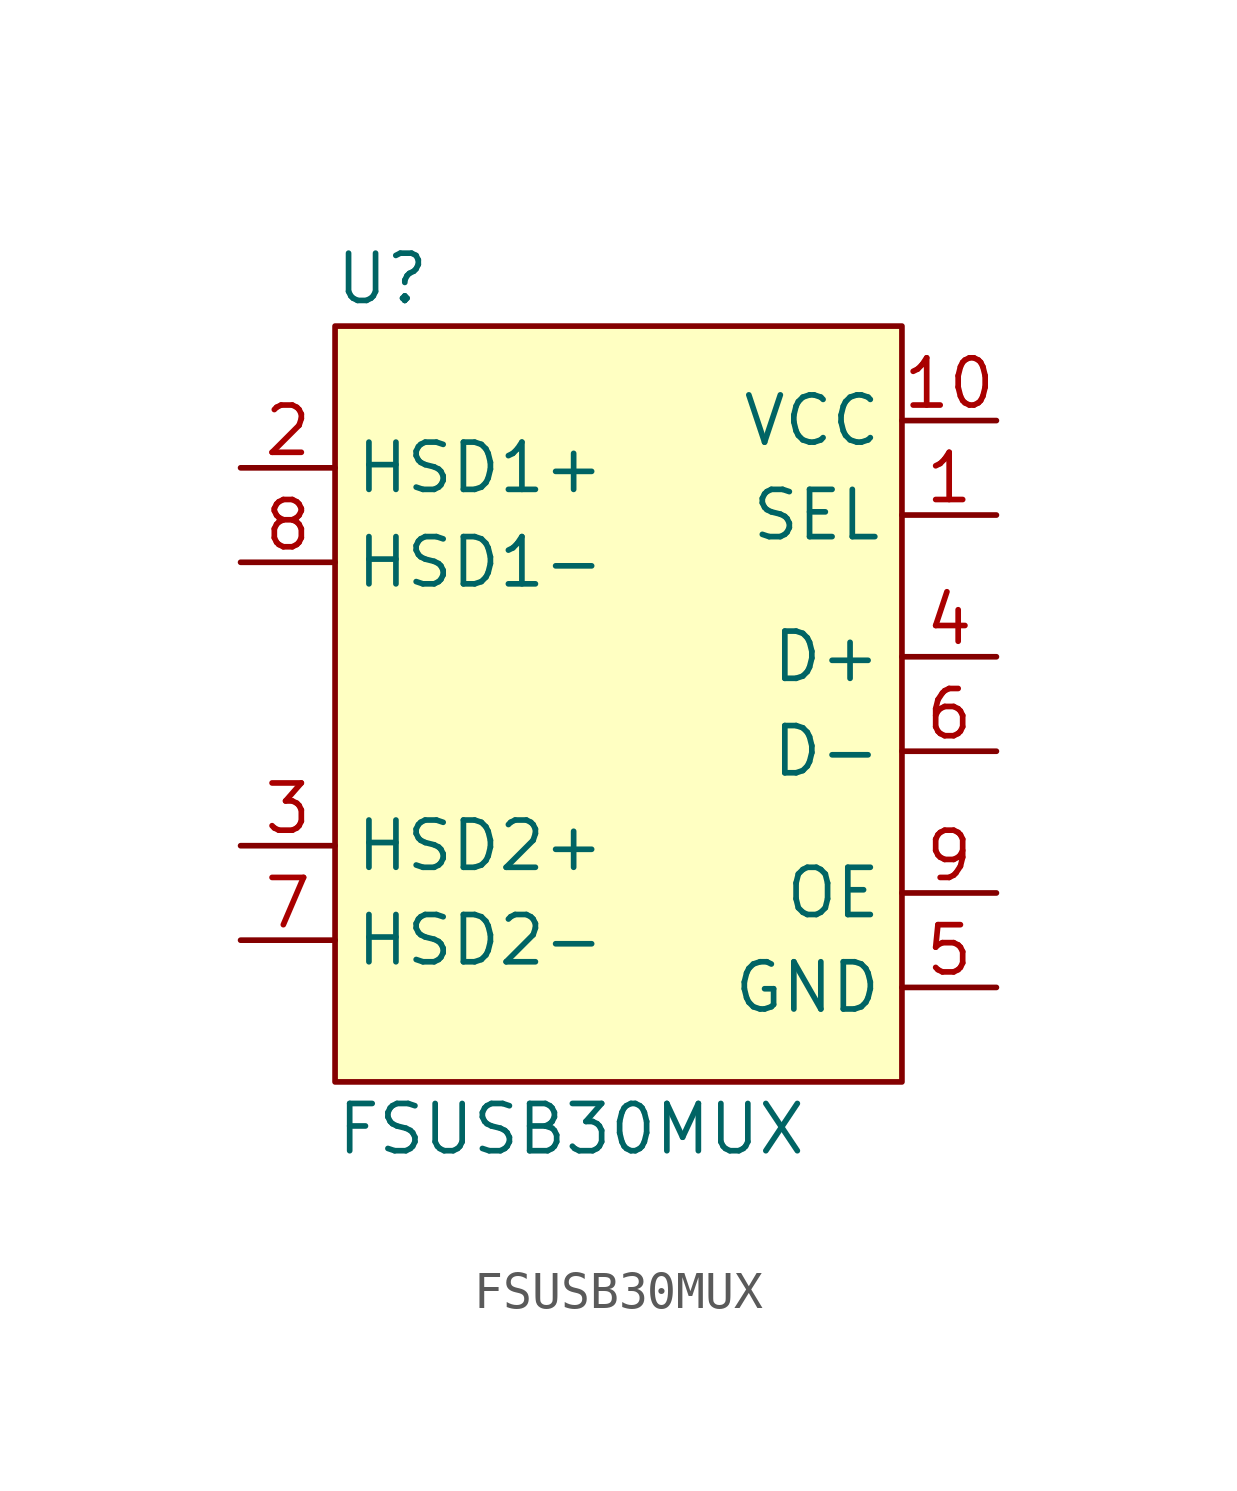
<source format=kicad_sym>
(kicad_symbol_lib
  (version 20211014)
  (generator kicad_symbol_editor)
  (symbol "FSUSB30MUX"
    (property "Reference" "U"
      (at -7.62 20.32 0)
      (effects (font (size 1.27 1.27))))
    (property "Value" "FSUSB30MUX"
      (at -2.54 -2.54 0)
      (effects (font (size 1.27 1.27))))
    (symbol "FSUSB30MUX_0_0"
      (pin power_in line (at 8.89 13.97 180) (length 2.54) (name "SEL" (effects (font (size 1.27 1.27)))) (number "1" (effects (font (size 1.27 1.27)))))
      (pin input line (at 8.89 16.51 180) (length 2.54) (name "VCC" (effects (font (size 1.27 1.27)))) (number "10" (effects (font (size 1.27 1.27)))))
      (pin input line (at -11.43 15.24 0) (length 2.54) (name "HSD1+" (effects (font (size 1.27 1.27)))) (number "2" (effects (font (size 1.27 1.27)))))
      (pin bidirectional line (at -11.43 5.08 0) (length 2.54) (name "HSD2+" (effects (font (size 1.27 1.27)))) (number "3" (effects (font (size 1.27 1.27)))))
      (pin bidirectional line (at 8.89 10.16 180) (length 2.54) (name "D+" (effects (font (size 1.27 1.27)))) (number "4" (effects (font (size 1.27 1.27)))))
      (pin power_in line (at 8.89 1.27 180) (length 2.54) (name "GND" (effects (font (size 1.27 1.27)))) (number "5" (effects (font (size 1.27 1.27)))))
      (pin bidirectional line (at 8.89 7.62 180) (length 2.54) (name "D-" (effects (font (size 1.27 1.27)))) (number "6" (effects (font (size 1.27 1.27)))))
      (pin bidirectional line (at -11.43 2.54 0) (length 2.54) (name "HSD2-" (effects (font (size 1.27 1.27)))) (number "7" (effects (font (size 1.27 1.27)))))
      (pin bidirectional line (at -11.43 12.7 0) (length 2.54) (name "HSD1-" (effects (font (size 1.27 1.27)))) (number "8" (effects (font (size 1.27 1.27)))))
      (pin bidirectional line (at 8.89 3.81 180) (length 2.54) (name "OE" (effects (font (size 1.27 1.27)))) (number "9" (effects (font (size 1.27 1.27))))))
    (symbol "FSUSB30MUX_0_1"
      (rectangle (start -8.89 19.05) (end 6.35 -1.27) (stroke (width 0) (type default) (color 0 0 0 0)) (fill (type background))))))
</source>
